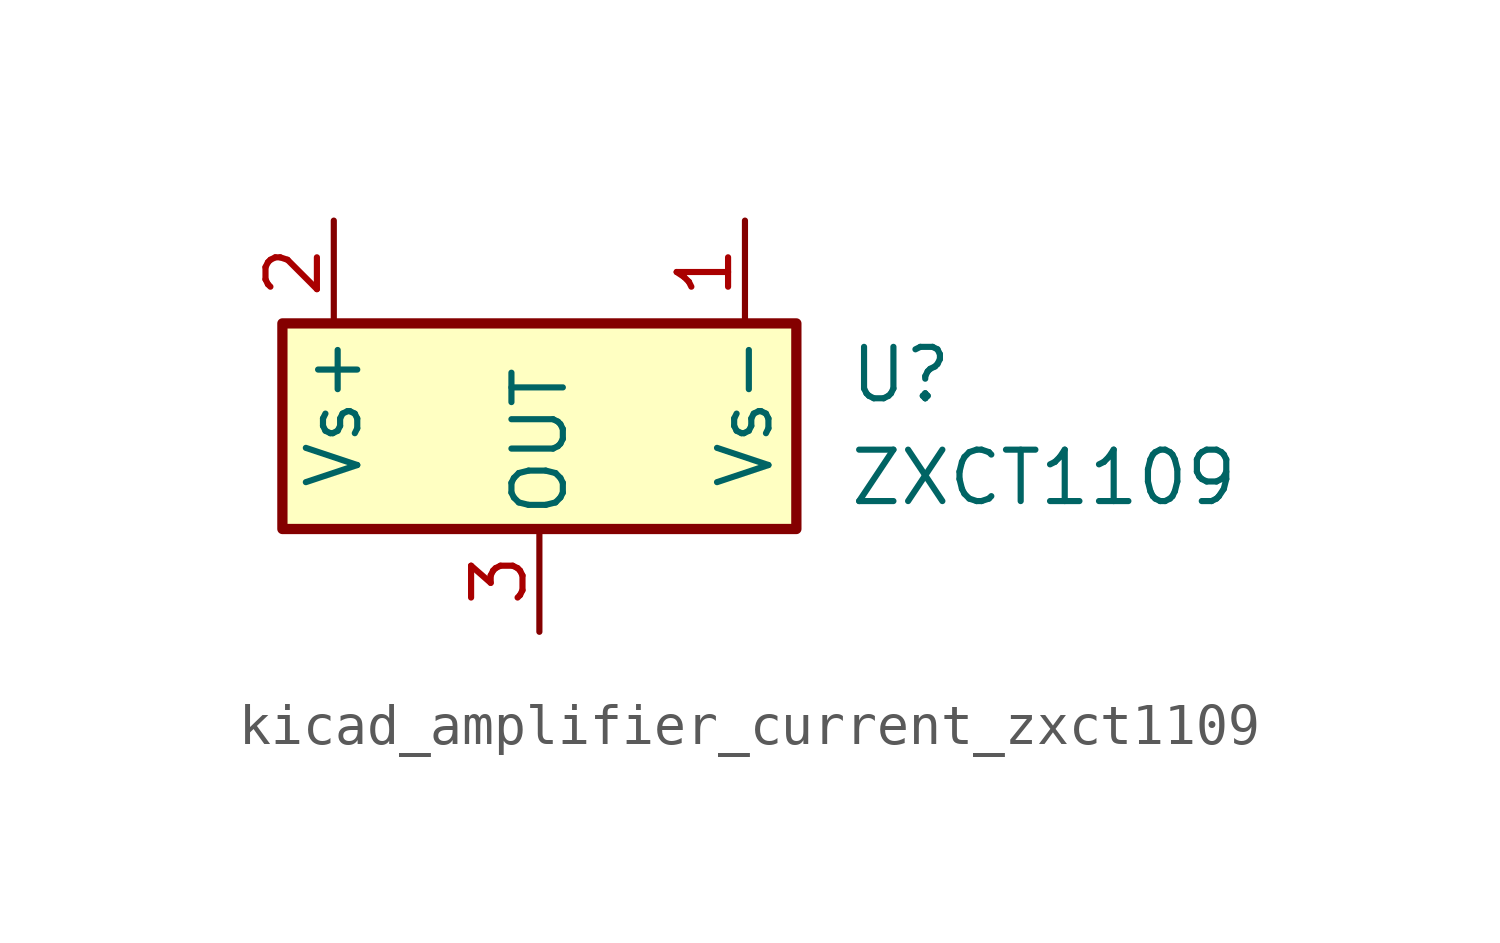
<source format=kicad_sym>
(kicad_symbol_lib
  (version 20220914)
  (generator kicad_symbol_editor)
  (symbol "kicad_amplifier_current_zxct1109"
    (pin_names
      (offset 0.254))
    (property "Reference" "U"
      (at 7.62 1.27 0)
      (effects (font (size 1.27 1.27)) (justify left)))
    (property "Value" "ZXCT1109"
      (at 7.62 -1.27 0)
      (effects (font (size 1.27 1.27)) (justify left)))
    (symbol "kicad_amplifier_current_zxct1109_0_1"
      (rectangle (start -6.35 2.54) (end 6.35 -2.54) (stroke (width 0.254) (type default)) (fill (type background))))
    (symbol "kicad_amplifier_current_zxct1109_1_1"
      (pin input line (at 5.08 5.08 270) (length 2.54) (name "Vs-" (effects (font (size 1.27 1.27)))) (number "1" (effects (font (size 1.27 1.27)))))
      (pin input line (at -5.08 5.08 270) (length 2.54) (name "Vs+" (effects (font (size 1.27 1.27)))) (number "2" (effects (font (size 1.27 1.27)))))
      (pin output line (at 0 -5.08 90) (length 2.54) (name "OUT" (effects (font (size 1.27 1.27)))) (number "3" (effects (font (size 1.27 1.27))))))))
</source>
